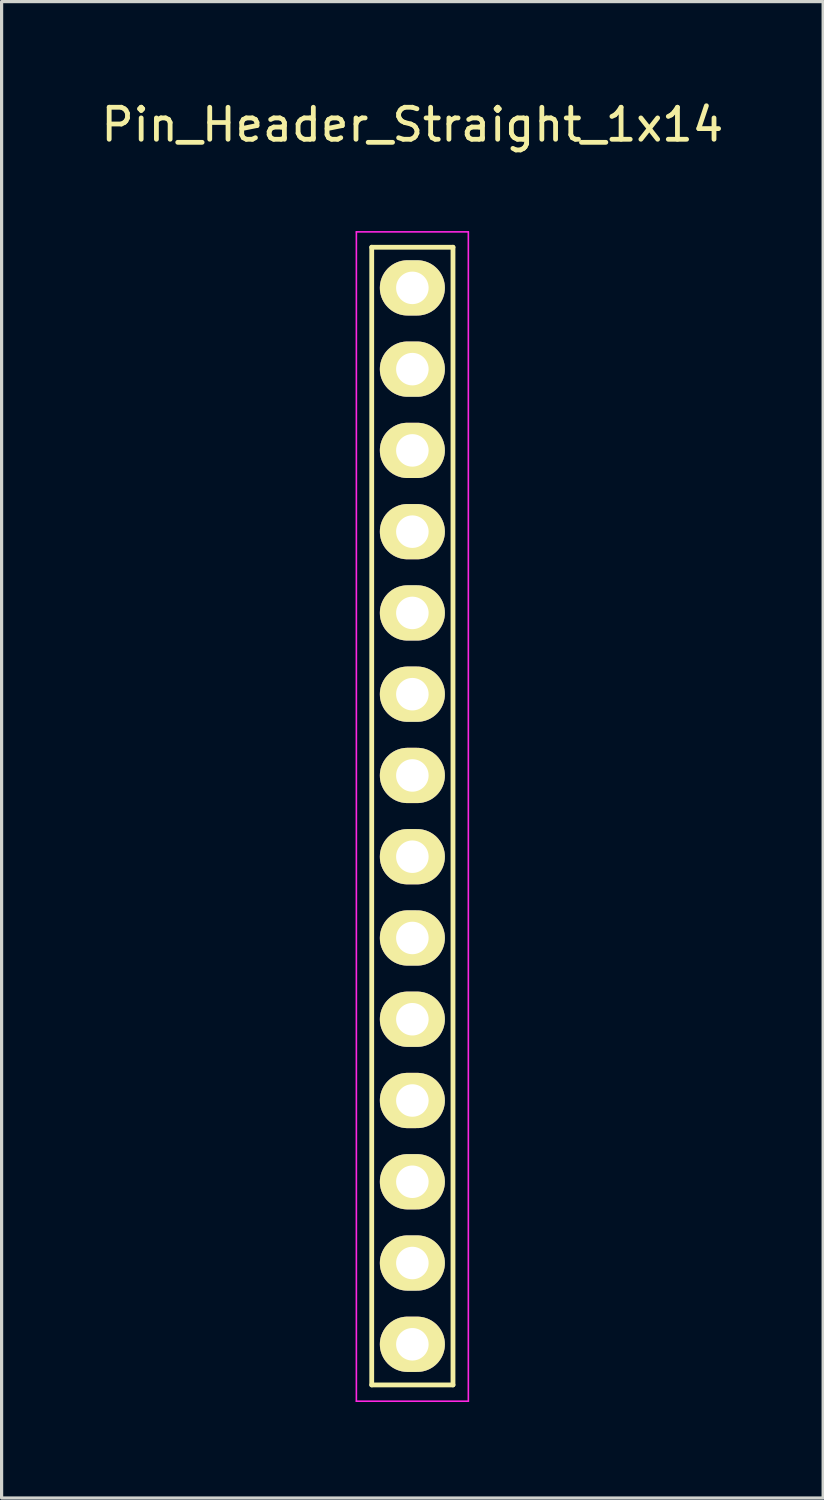
<source format=kicad_pcb>
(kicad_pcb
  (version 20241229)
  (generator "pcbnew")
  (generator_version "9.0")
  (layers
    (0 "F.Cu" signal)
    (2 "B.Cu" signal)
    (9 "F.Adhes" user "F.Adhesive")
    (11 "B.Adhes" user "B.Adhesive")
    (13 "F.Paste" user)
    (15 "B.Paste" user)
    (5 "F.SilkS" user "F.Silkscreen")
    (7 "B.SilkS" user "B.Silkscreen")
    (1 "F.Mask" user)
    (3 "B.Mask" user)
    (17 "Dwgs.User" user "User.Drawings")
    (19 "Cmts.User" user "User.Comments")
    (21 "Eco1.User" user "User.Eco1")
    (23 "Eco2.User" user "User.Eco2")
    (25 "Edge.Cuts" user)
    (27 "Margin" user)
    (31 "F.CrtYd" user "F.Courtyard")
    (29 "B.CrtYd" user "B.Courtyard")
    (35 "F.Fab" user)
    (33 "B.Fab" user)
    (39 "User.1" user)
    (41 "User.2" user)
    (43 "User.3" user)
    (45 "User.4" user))
  (footprint "Pin_Header_Straight_1x14"
    (layer "F.Cu")
    (at 9.839 5.948)
    (property "Reference" "Pin_Header_Straight_1x14" (at 0 -5.1 0) (layer "F.SilkS") (effects (font (size 1 1) (thickness 0.15))))
    (attr through_hole)
    (fp_line (start -1.27 -1.27) (end -1.27 34.29) (stroke (width 0.15) (type solid)) (layer "F.SilkS"))
    (fp_line (start -1.27 -1.27) (end 1.27 -1.27) (stroke (width 0.15) (type solid)) (layer "F.SilkS"))
    (fp_line (start -1.27 34.29) (end 1.27 34.29) (stroke (width 0.15) (type solid)) (layer "F.SilkS"))
    (fp_line (start 1.27 34.29) (end 1.27 -1.27) (stroke (width 0.15) (type solid)) (layer "F.SilkS"))
    (fp_line (start -1.75 -1.75) (end -1.75 34.8) (stroke (width 0.05) (type solid)) (layer "F.CrtYd"))
    (fp_line (start -1.75 -1.75) (end 1.75 -1.75) (stroke (width 0.05) (type solid)) (layer "F.CrtYd"))
    (fp_line (start -1.75 34.8) (end 1.75 34.8) (stroke (width 0.05) (type solid)) (layer "F.CrtYd"))
    (fp_line (start 1.75 -1.75) (end 1.75 34.8) (stroke (width 0.05) (type solid)) (layer "F.CrtYd"))
    (pad "1" thru_hole oval (at 0 0) (size 2.032 1.727) (drill 1.016) (layers "*.Cu" "*.Mask" "F.SilkS"))
    (pad "2" thru_hole oval (at 0 2.54) (size 2.032 1.727) (drill 1.016) (layers "*.Cu" "*.Mask" "F.SilkS"))
    (pad "3" thru_hole oval (at 0 5.08) (size 2.032 1.727) (drill 1.016) (layers "*.Cu" "*.Mask" "F.SilkS"))
    (pad "4" thru_hole oval (at 0 7.62) (size 2.032 1.727) (drill 1.016) (layers "*.Cu" "*.Mask" "F.SilkS"))
    (pad "5" thru_hole oval (at 0 10.16) (size 2.032 1.727) (drill 1.016) (layers "*.Cu" "*.Mask" "F.SilkS"))
    (pad "6" thru_hole oval (at 0 12.7) (size 2.032 1.727) (drill 1.016) (layers "*.Cu" "*.Mask" "F.SilkS"))
    (pad "7" thru_hole oval (at 0 15.24) (size 2.032 1.727) (drill 1.016) (layers "*.Cu" "*.Mask" "F.SilkS"))
    (pad "8" thru_hole oval (at 0 17.78) (size 2.032 1.727) (drill 1.016) (layers "*.Cu" "*.Mask" "F.SilkS"))
    (pad "9" thru_hole oval (at 0 20.32) (size 2.032 1.727) (drill 1.016) (layers "*.Cu" "*.Mask" "F.SilkS"))
    (pad "10" thru_hole oval (at 0 22.86) (size 2.032 1.727) (drill 1.016) (layers "*.Cu" "*.Mask" "F.SilkS"))
    (pad "11" thru_hole oval (at 0 25.4) (size 2.032 1.727) (drill 1.016) (layers "*.Cu" "*.Mask" "F.SilkS"))
    (pad "12" thru_hole oval (at 0 27.94) (size 2.032 1.727) (drill 1.016) (layers "*.Cu" "*.Mask" "F.SilkS"))
    (pad "13" thru_hole oval (at 0 30.48) (size 2.032 1.727) (drill 1.016) (layers "*.Cu" "*.Mask" "F.SilkS"))
    (pad "14" thru_hole oval (at 0 33.02) (size 2.032 1.727) (drill 1.016) (layers "*.Cu" "*.Mask" "F.SilkS")))
  (gr_rect
    (start -3 -3)
    (end 22.679 43.773)
    (stroke (width 0.1) (type default))
    (fill no)
    (layer "Edge.Cuts")))
</source>
